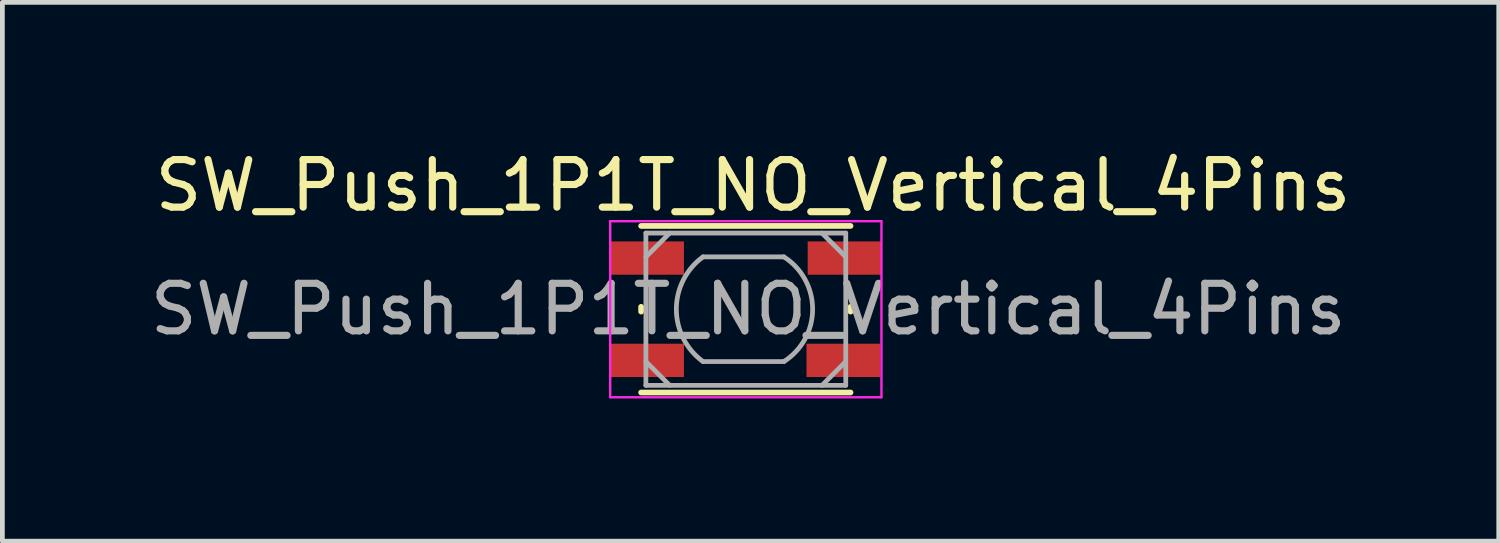
<source format=kicad_pcb>
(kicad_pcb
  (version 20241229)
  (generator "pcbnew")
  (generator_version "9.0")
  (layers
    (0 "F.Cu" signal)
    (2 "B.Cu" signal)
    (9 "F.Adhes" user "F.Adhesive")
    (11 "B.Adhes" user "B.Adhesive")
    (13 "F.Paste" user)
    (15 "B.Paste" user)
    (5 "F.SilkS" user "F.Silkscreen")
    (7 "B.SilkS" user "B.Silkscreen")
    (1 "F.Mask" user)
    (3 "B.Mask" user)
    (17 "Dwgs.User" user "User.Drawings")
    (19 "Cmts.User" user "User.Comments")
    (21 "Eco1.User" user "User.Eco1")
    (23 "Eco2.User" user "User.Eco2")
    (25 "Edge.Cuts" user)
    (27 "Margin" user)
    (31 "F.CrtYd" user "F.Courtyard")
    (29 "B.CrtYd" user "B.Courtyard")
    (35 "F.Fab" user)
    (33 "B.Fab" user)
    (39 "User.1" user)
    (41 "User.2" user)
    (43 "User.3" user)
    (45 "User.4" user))
  (footprint "SW_Push_1P1T_NO_Vertical_4Pins"
    (layer "F.Cu")
    (at 12.623 3.448)
    (property "Reference" "SW_Push_1P1T_NO_Vertical_4Pins" (at 0.15 -2.6 0) (layer "F.SilkS") (effects (font (size 1 1) (thickness 0.15))))
    (attr smd)
    (fp_line (start -2.2 0.05) (end -2.2 -0.05) (stroke (width 0.12) (type solid)) (layer "F.SilkS"))
    (fp_line (start -2.2 1.75) (end 2.2 1.75) (stroke (width 0.12) (type solid)) (layer "F.SilkS"))
    (fp_line (start 2.2 -1.75) (end -2.2 -1.75) (stroke (width 0.12) (type solid)) (layer "F.SilkS"))
    (fp_line (start 2.2 0.05) (end 2.2 -0.05) (stroke (width 0.12) (type solid)) (layer "F.SilkS"))
    (fp_line (start -2.85 -1.85) (end 2.85 -1.85) (stroke (width 0.05) (type solid)) (layer "F.CrtYd"))
    (fp_line (start -2.85 1.85) (end -2.85 -1.85) (stroke (width 0.05) (type solid)) (layer "F.CrtYd"))
    (fp_line (start 2.85 -1.85) (end 2.85 1.85) (stroke (width 0.05) (type solid)) (layer "F.CrtYd"))
    (fp_line (start 2.85 1.85) (end -2.85 1.85) (stroke (width 0.05) (type solid)) (layer "F.CrtYd"))
    (fp_line (start -2.1 -1.6) (end 2.1 -1.6) (stroke (width 0.1) (type solid)) (layer "F.Fab"))
    (fp_line (start -2.1 -1.1) (end -1.6 -1.6) (stroke (width 0.1) (type solid)) (layer "F.Fab"))
    (fp_line (start -2.1 1.1) (end -1.6 1.6) (stroke (width 0.1) (type solid)) (layer "F.Fab"))
    (fp_line (start -2.1 1.6) (end -2.1 -1.6) (stroke (width 0.1) (type solid)) (layer "F.Fab"))
    (fp_line (start -0.9 -1.1) (end 0.8 -1.1) (stroke (width 0.1) (type solid)) (layer "F.Fab"))
    (fp_line (start 0.8 1.1) (end -0.9 1.1) (stroke (width 0.1) (type solid)) (layer "F.Fab"))
    (fp_line (start 1.6 -1.6) (end 2.1 -1.1) (stroke (width 0.1) (type solid)) (layer "F.Fab"))
    (fp_line (start 1.6 1.6) (end 2.1 1.1) (stroke (width 0.1) (type solid)) (layer "F.Fab"))
    (fp_line (start 2.1 -1.6) (end 2.1 1.6) (stroke (width 0.1) (type solid)) (layer "F.Fab"))
    (fp_line (start 2.1 1.6) (end -2.1 1.6) (stroke (width 0.1) (type solid)) (layer "F.Fab"))
    (fp_arc (start -0.9 1.099999) (mid -1.460147 0) (end -0.9 -1.099999) (stroke (width 0.1) (type solid)) (layer "F.Fab"))
    (fp_arc (start 0.8 -1.099999) (mid 1.40384 0) (end 0.799999 1.099999) (stroke (width 0.1) (type solid)) (layer "F.Fab"))
    (fp_text user "${REFERENCE}" (at 0.05 0 0) (layer "F.Fab") (effects (font (size 1 1) (thickness 0.15))))
    (pad "1" smd rect (at -2.075 -1.075) (size 1.55 0.7) (layers "F.Cu" "F.Mask" "F.Paste"))
    (pad "1" smd rect (at 2.075 -1.075) (size 1.55 0.7) (layers "F.Cu" "F.Mask" "F.Paste"))
    (pad "2" smd rect (at -2.075 1.075) (size 1.55 0.7) (layers "F.Cu" "F.Mask" "F.Paste"))
    (pad "2" smd rect (at 2.05 1.075) (size 1.55 0.7) (layers "F.Cu" "F.Mask" "F.Paste")))
  (gr_rect
    (start -3 -3)
    (end 28.445 8.323)
    (stroke (width 0.1) (type default))
    (fill no)
    (layer "Edge.Cuts")))
</source>
